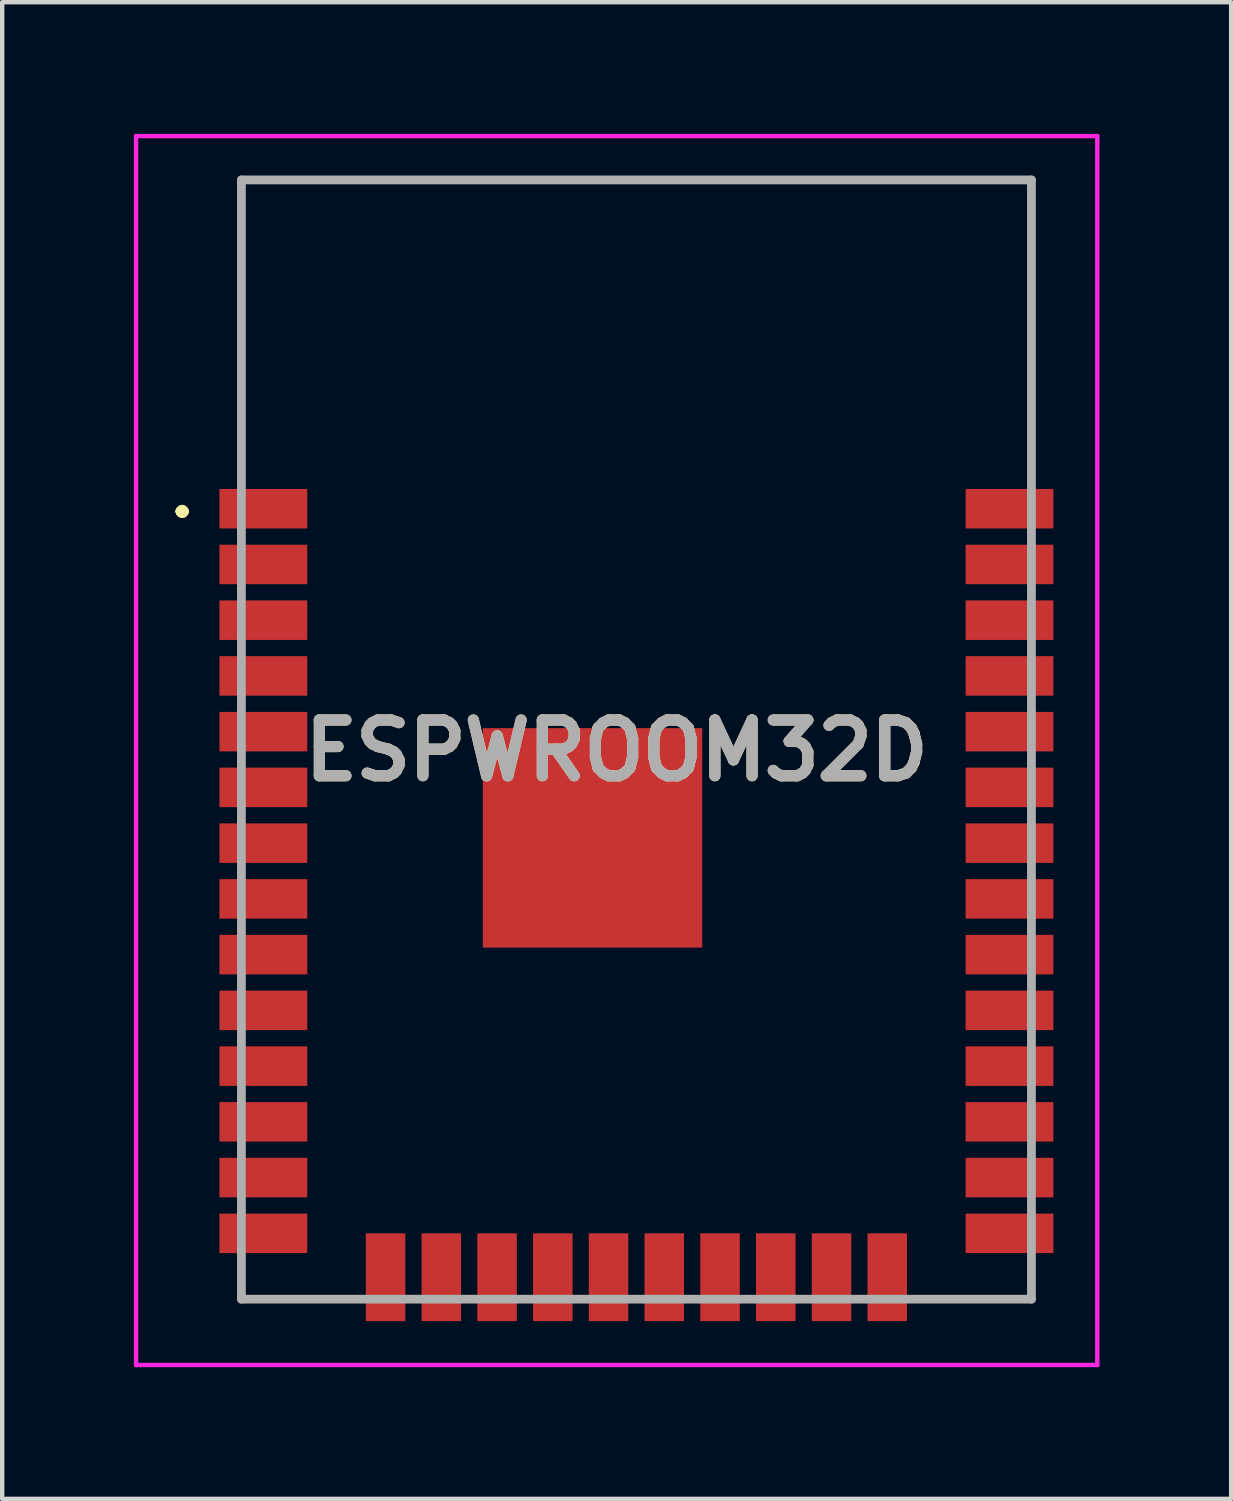
<source format=kicad_pcb>
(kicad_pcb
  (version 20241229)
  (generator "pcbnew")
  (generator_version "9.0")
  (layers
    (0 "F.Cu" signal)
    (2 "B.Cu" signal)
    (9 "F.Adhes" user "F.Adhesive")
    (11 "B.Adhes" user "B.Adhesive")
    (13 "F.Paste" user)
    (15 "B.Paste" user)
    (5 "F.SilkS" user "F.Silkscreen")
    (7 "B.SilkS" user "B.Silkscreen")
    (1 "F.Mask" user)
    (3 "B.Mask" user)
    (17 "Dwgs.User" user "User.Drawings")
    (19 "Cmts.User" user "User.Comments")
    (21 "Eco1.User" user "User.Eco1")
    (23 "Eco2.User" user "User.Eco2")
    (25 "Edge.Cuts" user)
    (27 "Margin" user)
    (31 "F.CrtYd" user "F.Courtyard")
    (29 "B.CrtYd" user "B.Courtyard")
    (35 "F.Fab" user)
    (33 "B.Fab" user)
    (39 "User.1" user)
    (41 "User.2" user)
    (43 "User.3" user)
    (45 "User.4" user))
  (footprint "ESPWROOM32D"
    (layer "F.Cu")
    (at 11.45 13.8)
    (property "Reference" "ESPWROOM32D" (at -0.45 0.25 0) (layer "F.SilkS") (effects (font (size 1.27 1.27) (thickness 0.254))))
    (attr smd)
    (fp_line (start -10.4 -5.2) (end -10.4 -5.2) (stroke (width 0.2) (type solid)) (layer "F.SilkS"))
    (fp_line (start -10.4 -5.2) (end -10.4 -5.2) (stroke (width 0.2) (type solid)) (layer "F.SilkS"))
    (fp_line (start -10.3 -5.2) (end -10.3 -5.2) (stroke (width 0.2) (type solid)) (layer "F.SilkS"))
    (fp_line (start -9 -12.75) (end -9 -12.75) (stroke (width 0.1) (type solid)) (layer "F.SilkS"))
    (fp_line (start -9 -12.75) (end -9 -12.75) (stroke (width 0.1) (type solid)) (layer "F.SilkS"))
    (fp_line (start -9 -12.75) (end -9 -6.25) (stroke (width 0.1) (type solid)) (layer "F.SilkS"))
    (fp_line (start -9 -12.75) (end 9 -12.75) (stroke (width 0.1) (type solid)) (layer "F.SilkS"))
    (fp_line (start -9 -6.25) (end -9 -12.75) (stroke (width 0.1) (type solid)) (layer "F.SilkS"))
    (fp_line (start -9 -6.25) (end -9 -6.25) (stroke (width 0.1) (type solid)) (layer "F.SilkS"))
    (fp_line (start -9 12.25) (end -9 12.25) (stroke (width 0.1) (type solid)) (layer "F.SilkS"))
    (fp_line (start -9 12.25) (end -9 12.75) (stroke (width 0.1) (type solid)) (layer "F.SilkS"))
    (fp_line (start -9 12.75) (end -9 12.25) (stroke (width 0.1) (type solid)) (layer "F.SilkS"))
    (fp_line (start -9 12.75) (end -9 12.75) (stroke (width 0.1) (type solid)) (layer "F.SilkS"))
    (fp_line (start -9 12.75) (end -9 12.75) (stroke (width 0.1) (type solid)) (layer "F.SilkS"))
    (fp_line (start -9 12.75) (end -6.75 12.75) (stroke (width 0.1) (type solid)) (layer "F.SilkS"))
    (fp_line (start -6.75 12.75) (end -9 12.75) (stroke (width 0.1) (type solid)) (layer "F.SilkS"))
    (fp_line (start -6.75 12.75) (end -6.75 12.75) (stroke (width 0.1) (type solid)) (layer "F.SilkS"))
    (fp_line (start 6.75 12.75) (end 6.75 12.75) (stroke (width 0.1) (type solid)) (layer "F.SilkS"))
    (fp_line (start 6.75 12.75) (end 9 12.75) (stroke (width 0.1) (type solid)) (layer "F.SilkS"))
    (fp_line (start 9 -12.75) (end -9 -12.75) (stroke (width 0.1) (type solid)) (layer "F.SilkS"))
    (fp_line (start 9 -12.75) (end 9 -12.75) (stroke (width 0.1) (type solid)) (layer "F.SilkS"))
    (fp_line (start 9 -12.75) (end 9 -12.75) (stroke (width 0.1) (type solid)) (layer "F.SilkS"))
    (fp_line (start 9 -12.75) (end 9 -6.25) (stroke (width 0.1) (type solid)) (layer "F.SilkS"))
    (fp_line (start 9 -6.25) (end 9 -12.75) (stroke (width 0.1) (type solid)) (layer "F.SilkS"))
    (fp_line (start 9 -6.25) (end 9 -6.25) (stroke (width 0.1) (type solid)) (layer "F.SilkS"))
    (fp_line (start 9 12.25) (end 9 12.25) (stroke (width 0.1) (type solid)) (layer "F.SilkS"))
    (fp_line (start 9 12.25) (end 9 12.75) (stroke (width 0.1) (type solid)) (layer "F.SilkS"))
    (fp_line (start 9 12.75) (end 6.75 12.75) (stroke (width 0.1) (type solid)) (layer "F.SilkS"))
    (fp_line (start 9 12.75) (end 9 12.25) (stroke (width 0.1) (type solid)) (layer "F.SilkS"))
    (fp_line (start 9 12.75) (end 9 12.75) (stroke (width 0.1) (type solid)) (layer "F.SilkS"))
    (fp_line (start 9 12.75) (end 9 12.75) (stroke (width 0.1) (type solid)) (layer "F.SilkS"))
    (fp_arc (start -10.4 -5.2) (mid -10.35 -5.25) (end -10.3 -5.2) (stroke (width 0.2) (type solid)) (layer "F.SilkS"))
    (fp_arc (start -10.3 -5.2) (mid -10.35 -5.15) (end -10.4 -5.2) (stroke (width 0.2) (type solid)) (layer "F.SilkS"))
    (fp_arc (start -10.3 -5.2) (mid -10.35 -5.15) (end -10.4 -5.2) (stroke (width 0.2) (type solid)) (layer "F.SilkS"))
    (fp_line (start -11.4 -13.75) (end 10.5 -13.75) (stroke (width 0.1) (type solid)) (layer "F.CrtYd"))
    (fp_line (start -11.4 14.25) (end -11.4 -13.75) (stroke (width 0.1) (type solid)) (layer "F.CrtYd"))
    (fp_line (start 10.5 -13.75) (end 10.5 14.25) (stroke (width 0.1) (type solid)) (layer "F.CrtYd"))
    (fp_line (start 10.5 14.25) (end -11.4 14.25) (stroke (width 0.1) (type solid)) (layer "F.CrtYd"))
    (fp_line (start -9 -12.75) (end -9 12.75) (stroke (width 0.2) (type solid)) (layer "F.Fab"))
    (fp_line (start -9 12.75) (end 9 12.75) (stroke (width 0.2) (type solid)) (layer "F.Fab"))
    (fp_line (start 9 -12.75) (end -9 -12.75) (stroke (width 0.2) (type solid)) (layer "F.Fab"))
    (fp_line (start 9 12.75) (end 9 -12.75) (stroke (width 0.2) (type solid)) (layer "F.Fab"))
    (fp_text user "${REFERENCE}" (at -0.45 0.25 0) (layer "F.Fab") (effects (font (size 1.27 1.27) (thickness 0.254))))
    (pad "1" smd rect (at -8.5 -5.26 90) (size 0.9 2) (layers "F.Cu" "F.Mask" "F.Paste"))
    (pad "2" smd rect (at -8.5 -3.99 90) (size 0.9 2) (layers "F.Cu" "F.Mask" "F.Paste"))
    (pad "3" smd rect (at -8.5 -2.72 90) (size 0.9 2) (layers "F.Cu" "F.Mask" "F.Paste"))
    (pad "4" smd rect (at -8.5 -1.45 90) (size 0.9 2) (layers "F.Cu" "F.Mask" "F.Paste"))
    (pad "5" smd rect (at -8.5 -0.18 90) (size 0.9 2) (layers "F.Cu" "F.Mask" "F.Paste"))
    (pad "6" smd rect (at -8.5 1.09 90) (size 0.9 2) (layers "F.Cu" "F.Mask" "F.Paste"))
    (pad "7" smd rect (at -8.5 2.36 90) (size 0.9 2) (layers "F.Cu" "F.Mask" "F.Paste"))
    (pad "8" smd rect (at -8.5 3.63 90) (size 0.9 2) (layers "F.Cu" "F.Mask" "F.Paste"))
    (pad "9" smd rect (at -8.5 4.9 90) (size 0.9 2) (layers "F.Cu" "F.Mask" "F.Paste"))
    (pad "10" smd rect (at -8.5 6.17 90) (size 0.9 2) (layers "F.Cu" "F.Mask" "F.Paste"))
    (pad "11" smd rect (at -8.5 7.44 90) (size 0.9 2) (layers "F.Cu" "F.Mask" "F.Paste"))
    (pad "12" smd rect (at -8.5 8.71 90) (size 0.9 2) (layers "F.Cu" "F.Mask" "F.Paste"))
    (pad "13" smd rect (at -8.5 9.98 90) (size 0.9 2) (layers "F.Cu" "F.Mask" "F.Paste"))
    (pad "14" smd rect (at -8.5 11.25 90) (size 0.9 2) (layers "F.Cu" "F.Mask" "F.Paste"))
    (pad "15" smd rect (at -5.715 12.25) (size 0.9 2) (layers "F.Cu" "F.Mask" "F.Paste"))
    (pad "16" smd rect (at -4.445 12.25) (size 0.9 2) (layers "F.Cu" "F.Mask" "F.Paste"))
    (pad "17" smd rect (at -3.175 12.25) (size 0.9 2) (layers "F.Cu" "F.Mask" "F.Paste"))
    (pad "18" smd rect (at -1.905 12.25) (size 0.9 2) (layers "F.Cu" "F.Mask" "F.Paste"))
    (pad "19" smd rect (at -0.635 12.25) (size 0.9 2) (layers "F.Cu" "F.Mask" "F.Paste"))
    (pad "20" smd rect (at 0.635 12.25) (size 0.9 2) (layers "F.Cu" "F.Mask" "F.Paste"))
    (pad "21" smd rect (at 1.905 12.25) (size 0.9 2) (layers "F.Cu" "F.Mask" "F.Paste"))
    (pad "22" smd rect (at 3.175 12.25) (size 0.9 2) (layers "F.Cu" "F.Mask" "F.Paste"))
    (pad "23" smd rect (at 4.445 12.25) (size 0.9 2) (layers "F.Cu" "F.Mask" "F.Paste"))
    (pad "24" smd rect (at 5.715 12.25) (size 0.9 2) (layers "F.Cu" "F.Mask" "F.Paste"))
    (pad "25" smd rect (at 8.5 11.25 90) (size 0.9 2) (layers "F.Cu" "F.Mask" "F.Paste"))
    (pad "26" smd rect (at 8.5 9.98 90) (size 0.9 2) (layers "F.Cu" "F.Mask" "F.Paste"))
    (pad "27" smd rect (at 8.5 8.71 90) (size 0.9 2) (layers "F.Cu" "F.Mask" "F.Paste"))
    (pad "28" smd rect (at 8.5 7.44 90) (size 0.9 2) (layers "F.Cu" "F.Mask" "F.Paste"))
    (pad "29" smd rect (at 8.5 6.17 90) (size 0.9 2) (layers "F.Cu" "F.Mask" "F.Paste"))
    (pad "30" smd rect (at 8.5 4.9 90) (size 0.9 2) (layers "F.Cu" "F.Mask" "F.Paste"))
    (pad "31" smd rect (at 8.5 3.63 90) (size 0.9 2) (layers "F.Cu" "F.Mask" "F.Paste"))
    (pad "32" smd rect (at 8.5 2.36 90) (size 0.9 2) (layers "F.Cu" "F.Mask" "F.Paste"))
    (pad "33" smd rect (at 8.5 1.09 90) (size 0.9 2) (layers "F.Cu" "F.Mask" "F.Paste"))
    (pad "34" smd rect (at 8.5 -0.18 90) (size 0.9 2) (layers "F.Cu" "F.Mask" "F.Paste"))
    (pad "35" smd rect (at 8.5 -1.45 90) (size 0.9 2) (layers "F.Cu" "F.Mask" "F.Paste"))
    (pad "36" smd rect (at 8.5 -2.72 90) (size 0.9 2) (layers "F.Cu" "F.Mask" "F.Paste"))
    (pad "37" smd rect (at 8.5 -3.99 90) (size 0.9 2) (layers "F.Cu" "F.Mask" "F.Paste"))
    (pad "38" smd rect (at 8.5 -5.26 90) (size 0.9 2) (layers "F.Cu" "F.Mask" "F.Paste"))
    (pad "39" smd rect (at -1 2.24 90) (size 5 5) (layers "F.Cu" "F.Mask" "F.Paste")))
  (gr_rect
    (start -3 -3)
    (end 25 31.1)
    (stroke (width 0.1) (type default))
    (fill no)
    (layer "Edge.Cuts")))
</source>
